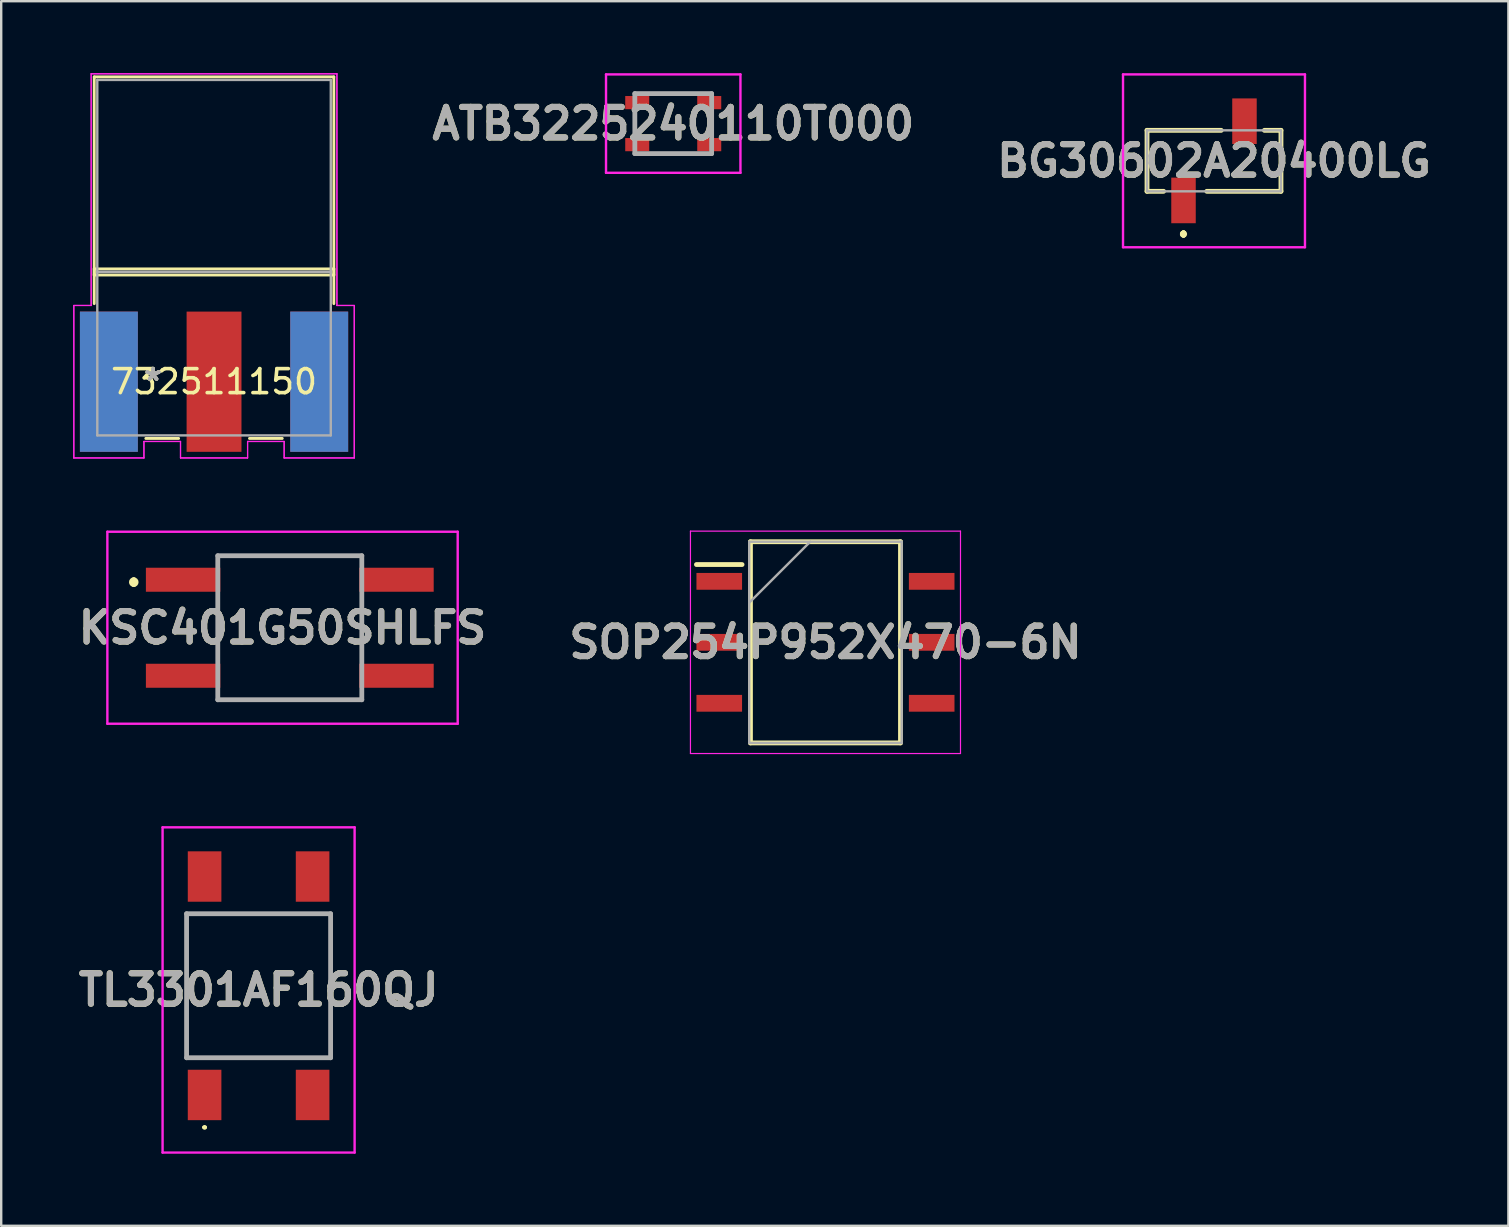
<source format=kicad_pcb>
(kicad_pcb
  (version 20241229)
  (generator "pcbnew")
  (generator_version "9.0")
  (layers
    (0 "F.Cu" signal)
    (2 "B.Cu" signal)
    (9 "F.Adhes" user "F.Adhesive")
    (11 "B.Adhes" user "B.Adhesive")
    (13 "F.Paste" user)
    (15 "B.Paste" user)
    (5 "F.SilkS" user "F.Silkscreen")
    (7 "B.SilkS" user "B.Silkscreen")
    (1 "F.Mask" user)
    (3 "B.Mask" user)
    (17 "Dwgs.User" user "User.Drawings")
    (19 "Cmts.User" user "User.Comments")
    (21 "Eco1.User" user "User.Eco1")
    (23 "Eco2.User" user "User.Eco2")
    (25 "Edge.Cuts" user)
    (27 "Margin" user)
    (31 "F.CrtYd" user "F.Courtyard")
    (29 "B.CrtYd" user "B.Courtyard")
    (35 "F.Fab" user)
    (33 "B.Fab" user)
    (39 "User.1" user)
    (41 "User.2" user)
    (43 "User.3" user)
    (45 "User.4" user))
  (footprint "KSC401G50SHLFS"
    (layer "F.Cu")
    (at 9.023 23.102)
    (property "Reference" "KSC401G50SHLFS" (at -0.302 0 0) (layer "F.SilkS") (effects (font (size 1.27 1.27) (thickness 0.254))))
    (attr smd)
    (fp_line (start -6.5 -2) (end -6.5 -2) (stroke (width 0.2) (type solid)) (layer "F.SilkS"))
    (fp_line (start -6.5 -1.8) (end -6.5 -1.8) (stroke (width 0.2) (type solid)) (layer "F.SilkS"))
    (fp_line (start -3 -3) (end 3 -3) (stroke (width 0.1) (type solid)) (layer "F.SilkS"))
    (fp_line (start -3 -1) (end -3 1) (stroke (width 0.1) (type solid)) (layer "F.SilkS"))
    (fp_line (start -3 3) (end 3 3) (stroke (width 0.1) (type solid)) (layer "F.SilkS"))
    (fp_line (start 3 -1) (end 3 1) (stroke (width 0.1) (type solid)) (layer "F.SilkS"))
    (fp_arc (start -6.5 -2) (mid -6.4 -1.9) (end -6.5 -1.8) (stroke (width 0.2) (type solid)) (layer "F.SilkS"))
    (fp_arc (start -6.5 -1.8) (mid -6.6 -1.9) (end -6.5 -2) (stroke (width 0.2) (type solid)) (layer "F.SilkS"))
    (fp_line (start -7.6 -4) (end 6.995 -4) (stroke (width 0.1) (type solid)) (layer "F.CrtYd"))
    (fp_line (start -7.6 4) (end -7.6 -4) (stroke (width 0.1) (type solid)) (layer "F.CrtYd"))
    (fp_line (start 6.995 -4) (end 6.995 4) (stroke (width 0.1) (type solid)) (layer "F.CrtYd"))
    (fp_line (start 6.995 4) (end -7.6 4) (stroke (width 0.1) (type solid)) (layer "F.CrtYd"))
    (fp_line (start -3 -3) (end 3 -3) (stroke (width 0.2) (type solid)) (layer "F.Fab"))
    (fp_line (start -3 3) (end -3 -3) (stroke (width 0.2) (type solid)) (layer "F.Fab"))
    (fp_line (start 3 -3) (end 3 3) (stroke (width 0.2) (type solid)) (layer "F.Fab"))
    (fp_line (start 3 3) (end -3 3) (stroke (width 0.2) (type solid)) (layer "F.Fab"))
    (fp_text user "${REFERENCE}" (at -0.302 0 0) (layer "F.Fab") (effects (font (size 1.27 1.27) (thickness 0.254))))
    (pad "1" smd rect (at -4.445 -2 90) (size 1 3.1) (layers "F.Cu" "F.Mask" "F.Paste"))
    (pad "2" smd rect (at -4.445 2 90) (size 1 3.1) (layers "F.Cu" "F.Mask" "F.Paste"))
    (pad "3" smd rect (at 4.445 2 90) (size 1 3.1) (layers "F.Cu" "F.Mask" "F.Paste"))
    (pad "4" smd rect (at 4.445 -2 90) (size 1 3.1) (layers "F.Cu" "F.Mask" "F.Paste")))
  (footprint "TL3301AF160QJ"
    (layer "F.Cu")
    (at 7.723 38.016)
    (property "Reference" "TL3301AF160QJ" (at 0 0.175 0) (layer "F.SilkS") (effects (font (size 1.27 1.27) (thickness 0.254))))
    (attr smd)
    (fp_line (start -3 -3) (end 3 -3) (stroke (width 0.1) (type solid)) (layer "F.SilkS"))
    (fp_line (start -3 3) (end -3 -3) (stroke (width 0.1) (type solid)) (layer "F.SilkS"))
    (fp_line (start -2.3 5.9) (end -2.3 5.9) (stroke (width 0.1) (type solid)) (layer "F.SilkS"))
    (fp_line (start -2.2 5.9) (end -2.2 5.9) (stroke (width 0.1) (type solid)) (layer "F.SilkS"))
    (fp_line (start 3 -3) (end 3 3) (stroke (width 0.1) (type solid)) (layer "F.SilkS"))
    (fp_line (start 3 3) (end -3 3) (stroke (width 0.1) (type solid)) (layer "F.SilkS"))
    (fp_arc (start -2.3 5.9) (mid -2.25 5.85) (end -2.2 5.9) (stroke (width 0.1) (type solid)) (layer "F.SilkS"))
    (fp_arc (start -2.2 5.9) (mid -2.25 5.95) (end -2.3 5.9) (stroke (width 0.1) (type solid)) (layer "F.SilkS"))
    (fp_line (start -4 -6.6) (end 4 -6.6) (stroke (width 0.1) (type solid)) (layer "F.CrtYd"))
    (fp_line (start -4 6.95) (end -4 -6.6) (stroke (width 0.1) (type solid)) (layer "F.CrtYd"))
    (fp_line (start 4 -6.6) (end 4 6.95) (stroke (width 0.1) (type solid)) (layer "F.CrtYd"))
    (fp_line (start 4 6.95) (end -4 6.95) (stroke (width 0.1) (type solid)) (layer "F.CrtYd"))
    (fp_line (start -3 -3) (end 3 -3) (stroke (width 0.2) (type solid)) (layer "F.Fab"))
    (fp_line (start -3 3) (end -3 -3) (stroke (width 0.2) (type solid)) (layer "F.Fab"))
    (fp_line (start 3 -3) (end 3 3) (stroke (width 0.2) (type solid)) (layer "F.Fab"))
    (fp_line (start 3 3) (end -3 3) (stroke (width 0.2) (type solid)) (layer "F.Fab"))
    (fp_text user "${REFERENCE}" (at 0 0.175 0) (layer "F.Fab") (effects (font (size 1.27 1.27) (thickness 0.254))))
    (pad "1" smd rect (at -2.25 4.55) (size 1.4 2.1) (layers "F.Cu" "F.Mask" "F.Paste"))
    (pad "2" smd rect (at -2.25 -4.55) (size 1.4 2.1) (layers "F.Cu" "F.Mask" "F.Paste"))
    (pad "3" smd rect (at 2.25 4.55) (size 1.4 2.1) (layers "F.Cu" "F.Mask" "F.Paste"))
    (pad "4" smd rect (at 2.25 -4.55) (size 1.4 2.1) (layers "F.Cu" "F.Mask" "F.Paste")))
  (footprint "ATB3225240110T000"
    (layer "F.Cu")
    (at 24.997 2.1)
    (property "Reference" "ATB3225240110T000" (at 0 0 0) (layer "F.SilkS") (effects (font (size 1.27 1.27) (thickness 0.254))))
    (attr smd)
    (fp_line (start -1.6 0.5) (end -1.6 -0.5) (stroke (width 0.1) (type solid)) (layer "F.SilkS"))
    (fp_line (start -0.5 -1.25) (end 0.5 -1.25) (stroke (width 0.1) (type solid)) (layer "F.SilkS"))
    (fp_line (start -0.5 1.25) (end 0.5 1.25) (stroke (width 0.1) (type solid)) (layer "F.SilkS"))
    (fp_line (start 1.6 0.5) (end 1.6 -0.5) (stroke (width 0.1) (type solid)) (layer "F.SilkS"))
    (fp_line (start -2.8 -2.05) (end 2.8 -2.05) (stroke (width 0.1) (type solid)) (layer "F.CrtYd"))
    (fp_line (start -2.8 2.05) (end -2.8 -2.05) (stroke (width 0.1) (type solid)) (layer "F.CrtYd"))
    (fp_line (start 2.8 -2.05) (end 2.8 2.05) (stroke (width 0.1) (type solid)) (layer "F.CrtYd"))
    (fp_line (start 2.8 2.05) (end -2.8 2.05) (stroke (width 0.1) (type solid)) (layer "F.CrtYd"))
    (fp_line (start -1.6 -1.25) (end 1.6 -1.25) (stroke (width 0.2) (type solid)) (layer "F.Fab"))
    (fp_line (start -1.6 1.25) (end -1.6 -1.25) (stroke (width 0.2) (type solid)) (layer "F.Fab"))
    (fp_line (start 1.6 -1.25) (end 1.6 1.25) (stroke (width 0.2) (type solid)) (layer "F.Fab"))
    (fp_line (start 1.6 1.25) (end -1.6 1.25) (stroke (width 0.2) (type solid)) (layer "F.Fab"))
    (fp_text user "${REFERENCE}" (at 0 0 0) (layer "F.Fab") (effects (font (size 1.27 1.27) (thickness 0.254))))
    (pad "1" smd rect (at -1.5 0.875 90) (size 0.55 1) (layers "F.Cu" "F.Mask" "F.Paste"))
    (pad "2" smd rect (at -1.5 -0.875 90) (size 0.55 1) (layers "F.Cu" "F.Mask" "F.Paste"))
    (pad "3" smd rect (at 1.5 -0.875 90) (size 0.55 1) (layers "F.Cu" "F.Mask" "F.Paste"))
    (pad "4" smd rect (at 1.5 0.875 90) (size 0.55 1) (layers "F.Cu" "F.Mask" "F.Paste")))
  (footprint "SOP254P952X470-6N"
    (layer "F.Cu")
    (at 31.339 23.709)
    (property "Reference" "SOP254P952X470-6N" (at 0 0 0) (layer "F.SilkS") (effects (font (size 1.27 1.27) (thickness 0.254))))
    (attr smd)
    (fp_line (start -5.375 -3.24) (end -3.475 -3.24) (stroke (width 0.2) (type solid)) (layer "F.SilkS"))
    (fp_line (start -3.125 -4.191) (end 3.125 -4.191) (stroke (width 0.2) (type solid)) (layer "F.SilkS"))
    (fp_line (start -3.125 4.191) (end -3.125 -4.191) (stroke (width 0.2) (type solid)) (layer "F.SilkS"))
    (fp_line (start 3.125 -4.191) (end 3.125 4.191) (stroke (width 0.2) (type solid)) (layer "F.SilkS"))
    (fp_line (start 3.125 4.191) (end -3.125 4.191) (stroke (width 0.2) (type solid)) (layer "F.SilkS"))
    (fp_line (start -5.625 -4.632) (end 5.625 -4.632) (stroke (width 0.05) (type solid)) (layer "F.CrtYd"))
    (fp_line (start -5.625 4.632) (end -5.625 -4.632) (stroke (width 0.05) (type solid)) (layer "F.CrtYd"))
    (fp_line (start 5.625 -4.632) (end 5.625 4.632) (stroke (width 0.05) (type solid)) (layer "F.CrtYd"))
    (fp_line (start 5.625 4.632) (end -5.625 4.632) (stroke (width 0.05) (type solid)) (layer "F.CrtYd"))
    (fp_line (start -3.175 -4.191) (end 3.175 -4.191) (stroke (width 0.1) (type solid)) (layer "F.Fab"))
    (fp_line (start -3.175 -1.651) (end -0.635 -4.191) (stroke (width 0.1) (type solid)) (layer "F.Fab"))
    (fp_line (start -3.175 4.191) (end -3.175 -4.191) (stroke (width 0.1) (type solid)) (layer "F.Fab"))
    (fp_line (start 3.175 -4.191) (end 3.175 4.191) (stroke (width 0.1) (type solid)) (layer "F.Fab"))
    (fp_line (start 3.175 4.191) (end -3.175 4.191) (stroke (width 0.1) (type solid)) (layer "F.Fab"))
    (fp_text user "${REFERENCE}" (at 0 0 0) (layer "F.Fab") (effects (font (size 1.27 1.27) (thickness 0.254))))
    (pad "1" smd rect (at -4.425 -2.54 90) (size 0.7 1.9) (layers "F.Cu" "F.Mask" "F.Paste"))
    (pad "2" smd rect (at -4.425 0 90) (size 0.7 1.9) (layers "F.Cu" "F.Mask" "F.Paste"))
    (pad "3" smd rect (at -4.425 2.54 90) (size 0.7 1.9) (layers "F.Cu" "F.Mask" "F.Paste"))
    (pad "4" smd rect (at 4.425 2.54 90) (size 0.7 1.9) (layers "F.Cu" "F.Mask" "F.Paste"))
    (pad "5" smd rect (at 4.425 0 90) (size 0.7 1.9) (layers "F.Cu" "F.Mask" "F.Paste"))
    (pad "6" smd rect (at 4.425 -2.54 90) (size 0.7 1.9) (layers "F.Cu" "F.Mask" "F.Paste")))
  (footprint "732511150"
    (layer "F.Cu")
    (at 5.867 11.684)
    (property "Reference" "732511150" (at 0 1.168 0) (layer "F.SilkS") (effects (font (size 1 1) (thickness 0.15))))
    (attr through_hole)
    (fp_line (start -4.991 -11.532) (end -4.991 -3.277) (stroke (width 0.12) (type solid)) (layer "F.SilkS"))
    (fp_line (start -4.991 -3.531) (end -4.991 -2.085) (stroke (width 0.12) (type solid)) (layer "F.SilkS"))
    (fp_line (start -4.991 -3.277) (end 4.991 -3.277) (stroke (width 0.12) (type solid)) (layer "F.SilkS"))
    (fp_line (start -2.842 3.531) (end -1.476 3.531) (stroke (width 0.12) (type solid)) (layer "F.SilkS"))
    (fp_line (start 1.476 3.531) (end 2.842 3.531) (stroke (width 0.12) (type solid)) (layer "F.SilkS"))
    (fp_line (start 4.991 -11.532) (end -4.991 -11.532) (stroke (width 0.12) (type solid)) (layer "F.SilkS"))
    (fp_line (start 4.991 -3.531) (end -4.991 -3.531) (stroke (width 0.12) (type solid)) (layer "F.SilkS"))
    (fp_line (start 4.991 -3.277) (end 4.991 -11.532) (stroke (width 0.12) (type solid)) (layer "F.SilkS"))
    (fp_line (start 4.991 -2.085) (end 4.991 -3.531) (stroke (width 0.12) (type solid)) (layer "F.SilkS"))
    (fp_line (start -5.842 -2.007) (end -5.842 4.343) (stroke (width 0.05) (type solid)) (layer "F.CrtYd"))
    (fp_line (start -5.842 -2.007) (end -5.842 4.343) (stroke (width 0.05) (type solid)) (layer "F.CrtYd"))
    (fp_line (start -5.842 4.343) (end -2.921 4.343) (stroke (width 0.05) (type solid)) (layer "F.CrtYd"))
    (fp_line (start -5.842 4.343) (end -2.921 4.343) (stroke (width 0.05) (type solid)) (layer "F.CrtYd"))
    (fp_line (start -5.118 -11.659) (end -5.118 -2.007) (stroke (width 0.05) (type solid)) (layer "F.CrtYd"))
    (fp_line (start -5.118 -11.659) (end -5.118 -2.007) (stroke (width 0.05) (type solid)) (layer "F.CrtYd"))
    (fp_line (start -5.118 -2.007) (end -5.842 -2.007) (stroke (width 0.05) (type solid)) (layer "F.CrtYd"))
    (fp_line (start -5.118 -2.007) (end -5.842 -2.007) (stroke (width 0.05) (type solid)) (layer "F.CrtYd"))
    (fp_line (start -2.921 3.658) (end -1.397 3.658) (stroke (width 0.05) (type solid)) (layer "F.CrtYd"))
    (fp_line (start -2.921 3.658) (end -1.397 3.658) (stroke (width 0.05) (type solid)) (layer "F.CrtYd"))
    (fp_line (start -2.921 4.343) (end -2.921 3.658) (stroke (width 0.05) (type solid)) (layer "F.CrtYd"))
    (fp_line (start -2.921 4.343) (end -2.921 3.658) (stroke (width 0.05) (type solid)) (layer "F.CrtYd"))
    (fp_line (start -1.397 3.658) (end -1.397 4.343) (stroke (width 0.05) (type solid)) (layer "F.CrtYd"))
    (fp_line (start -1.397 3.658) (end -1.397 4.343) (stroke (width 0.05) (type solid)) (layer "F.CrtYd"))
    (fp_line (start -1.397 4.343) (end 1.397 4.343) (stroke (width 0.05) (type solid)) (layer "F.CrtYd"))
    (fp_line (start -1.397 4.343) (end 1.397 4.343) (stroke (width 0.05) (type solid)) (layer "F.CrtYd"))
    (fp_line (start 1.397 3.658) (end 2.921 3.658) (stroke (width 0.05) (type solid)) (layer "F.CrtYd"))
    (fp_line (start 1.397 3.658) (end 2.921 3.658) (stroke (width 0.05) (type solid)) (layer "F.CrtYd"))
    (fp_line (start 1.397 4.343) (end 1.397 3.658) (stroke (width 0.05) (type solid)) (layer "F.CrtYd"))
    (fp_line (start 1.397 4.343) (end 1.397 3.658) (stroke (width 0.05) (type solid)) (layer "F.CrtYd"))
    (fp_line (start 2.921 3.658) (end 2.921 4.343) (stroke (width 0.05) (type solid)) (layer "F.CrtYd"))
    (fp_line (start 2.921 3.658) (end 2.921 4.343) (stroke (width 0.05) (type solid)) (layer "F.CrtYd"))
    (fp_line (start 2.921 4.343) (end 5.842 4.343) (stroke (width 0.05) (type solid)) (layer "F.CrtYd"))
    (fp_line (start 2.921 4.343) (end 5.842 4.343) (stroke (width 0.05) (type solid)) (layer "F.CrtYd"))
    (fp_line (start 5.118 -11.659) (end -5.118 -11.659) (stroke (width 0.05) (type solid)) (layer "F.CrtYd"))
    (fp_line (start 5.118 -11.659) (end -5.118 -11.659) (stroke (width 0.05) (type solid)) (layer "F.CrtYd"))
    (fp_line (start 5.118 -2.007) (end 5.118 -11.659) (stroke (width 0.05) (type solid)) (layer "F.CrtYd"))
    (fp_line (start 5.118 -2.007) (end 5.118 -11.659) (stroke (width 0.05) (type solid)) (layer "F.CrtYd"))
    (fp_line (start 5.842 -2.007) (end 5.118 -2.007) (stroke (width 0.05) (type solid)) (layer "F.CrtYd"))
    (fp_line (start 5.842 -2.007) (end 5.118 -2.007) (stroke (width 0.05) (type solid)) (layer "F.CrtYd"))
    (fp_line (start 5.842 4.343) (end 5.842 -2.007) (stroke (width 0.05) (type solid)) (layer "F.CrtYd"))
    (fp_line (start 5.842 4.343) (end 5.842 -2.007) (stroke (width 0.05) (type solid)) (layer "F.CrtYd"))
    (fp_line (start -4.864 -11.405) (end -4.864 -3.404) (stroke (width 0.1) (type solid)) (layer "F.Fab"))
    (fp_line (start -4.864 -3.404) (end -4.864 3.404) (stroke (width 0.1) (type solid)) (layer "F.Fab"))
    (fp_line (start -4.864 -3.404) (end 4.864 -3.404) (stroke (width 0.1) (type solid)) (layer "F.Fab"))
    (fp_line (start -4.864 3.404) (end 4.864 3.404) (stroke (width 0.1) (type solid)) (layer "F.Fab"))
    (fp_line (start 4.864 -11.405) (end -4.864 -11.405) (stroke (width 0.1) (type solid)) (layer "F.Fab"))
    (fp_line (start 4.864 -3.404) (end -4.864 -3.404) (stroke (width 0.1) (type solid)) (layer "F.Fab"))
    (fp_line (start 4.864 -3.404) (end 4.864 -11.405) (stroke (width 0.1) (type solid)) (layer "F.Fab"))
    (fp_line (start 4.864 3.404) (end 4.864 -3.404) (stroke (width 0.1) (type solid)) (layer "F.Fab"))
    (fp_text user "*" (at -2.54 1.168 0) (layer "F.SilkS") (effects (font (size 1 1) (thickness 0.15))))
    (fp_text user "*" (at -2.54 1.168 0) (layer "F.SilkS") (effects (font (size 1 1) (thickness 0.15))))
    (fp_text user "*" (at -2.54 1.168 0) (layer "F.Fab") (effects (font (size 1 1) (thickness 0.15))))
    (fp_text user "*" (at -2.54 1.168 0) (layer "F.Fab") (effects (font (size 1 1) (thickness 0.15))))
    (pad "1" smd rect (at 0 1.168) (size 2.286 5.842) (layers "F.Cu" "F.Mask" "F.Paste"))
    (pad "2" smd rect (at -4.381 1.168) (size 2.413 5.842) (layers "F.Cu" "F.Mask" "F.Paste"))
    (pad "2" smd rect (at -4.381 1.168) (size 2.413 5.842) (layers "F.Mask" "B.Cu" "F.Paste"))
    (pad "2" smd rect (at 4.381 1.168) (size 2.413 5.842) (layers "F.Cu" "F.Mask" "F.Paste"))
    (pad "2" smd rect (at 4.381 1.168) (size 2.413 5.842) (layers "F.Mask" "B.Cu" "F.Paste")))
  (footprint "BG30602A20400LG"
    (layer "F.Cu")
    (at 47.525 3.65)
    (property "Reference" "BG30602A20400LG" (at 0 0 0) (layer "F.SilkS") (effects (font (size 1.27 1.27) (thickness 0.254))))
    (attr smd)
    (fp_line (start -2.79 -1.27) (end -2.79 1.27) (stroke (width 0.2) (type solid)) (layer "F.SilkS"))
    (fp_line (start -2.79 1.27) (end -2.1 1.27) (stroke (width 0.2) (type solid)) (layer "F.SilkS"))
    (fp_line (start -1.27 3) (end -1.27 3) (stroke (width 0.2) (type solid)) (layer "F.SilkS"))
    (fp_line (start -1.27 3) (end -1.27 3) (stroke (width 0.2) (type solid)) (layer "F.SilkS"))
    (fp_line (start -1.27 3.1) (end -1.27 3.1) (stroke (width 0.2) (type solid)) (layer "F.SilkS"))
    (fp_line (start -0.3 1.27) (end 2.79 1.27) (stroke (width 0.2) (type solid)) (layer "F.SilkS"))
    (fp_line (start 0.3 -1.27) (end -2.79 -1.27) (stroke (width 0.2) (type solid)) (layer "F.SilkS"))
    (fp_line (start 2.79 -1.27) (end 2.1 -1.27) (stroke (width 0.2) (type solid)) (layer "F.SilkS"))
    (fp_line (start 2.79 1.27) (end 2.79 -1.27) (stroke (width 0.2) (type solid)) (layer "F.SilkS"))
    (fp_arc (start -1.27 3) (mid -1.22 3.05) (end -1.27 3.1) (stroke (width 0.2) (type solid)) (layer "F.SilkS"))
    (fp_arc (start -1.27 3.1) (mid -1.32 3.05) (end -1.27 3) (stroke (width 0.2) (type solid)) (layer "F.SilkS"))
    (fp_arc (start -1.27 3.1) (mid -1.32 3.05) (end -1.27 3) (stroke (width 0.2) (type solid)) (layer "F.SilkS"))
    (fp_line (start -3.79 -3.6) (end 3.79 -3.6) (stroke (width 0.1) (type solid)) (layer "F.CrtYd"))
    (fp_line (start -3.79 3.6) (end -3.79 -3.6) (stroke (width 0.1) (type solid)) (layer "F.CrtYd"))
    (fp_line (start 3.79 -3.6) (end 3.79 3.6) (stroke (width 0.1) (type solid)) (layer "F.CrtYd"))
    (fp_line (start 3.79 3.6) (end -3.79 3.6) (stroke (width 0.1) (type solid)) (layer "F.CrtYd"))
    (fp_line (start -2.79 -1.27) (end -2.79 1.27) (stroke (width 0.1) (type solid)) (layer "F.Fab"))
    (fp_line (start -2.79 1.27) (end 2.79 1.27) (stroke (width 0.1) (type solid)) (layer "F.Fab"))
    (fp_line (start 2.79 -1.27) (end -2.79 -1.27) (stroke (width 0.1) (type solid)) (layer "F.Fab"))
    (fp_line (start 2.79 1.27) (end 2.79 -1.27) (stroke (width 0.1) (type solid)) (layer "F.Fab"))
    (fp_text user "${REFERENCE}" (at 0 0 0) (layer "F.Fab") (effects (font (size 1.27 1.27) (thickness 0.254))))
    (pad "1" smd rect (at -1.27 1.65) (size 1.02 1.9) (layers "F.Cu" "F.Mask" "F.Paste"))
    (pad "2" smd rect (at 1.27 -1.65) (size 1.02 1.9) (layers "F.Cu" "F.Mask" "F.Paste")))
  (gr_rect
    (start -3 -3)
    (end 59.79 48.016)
    (stroke (width 0.1) (type default))
    (fill no)
    (layer "Edge.Cuts")))
</source>
